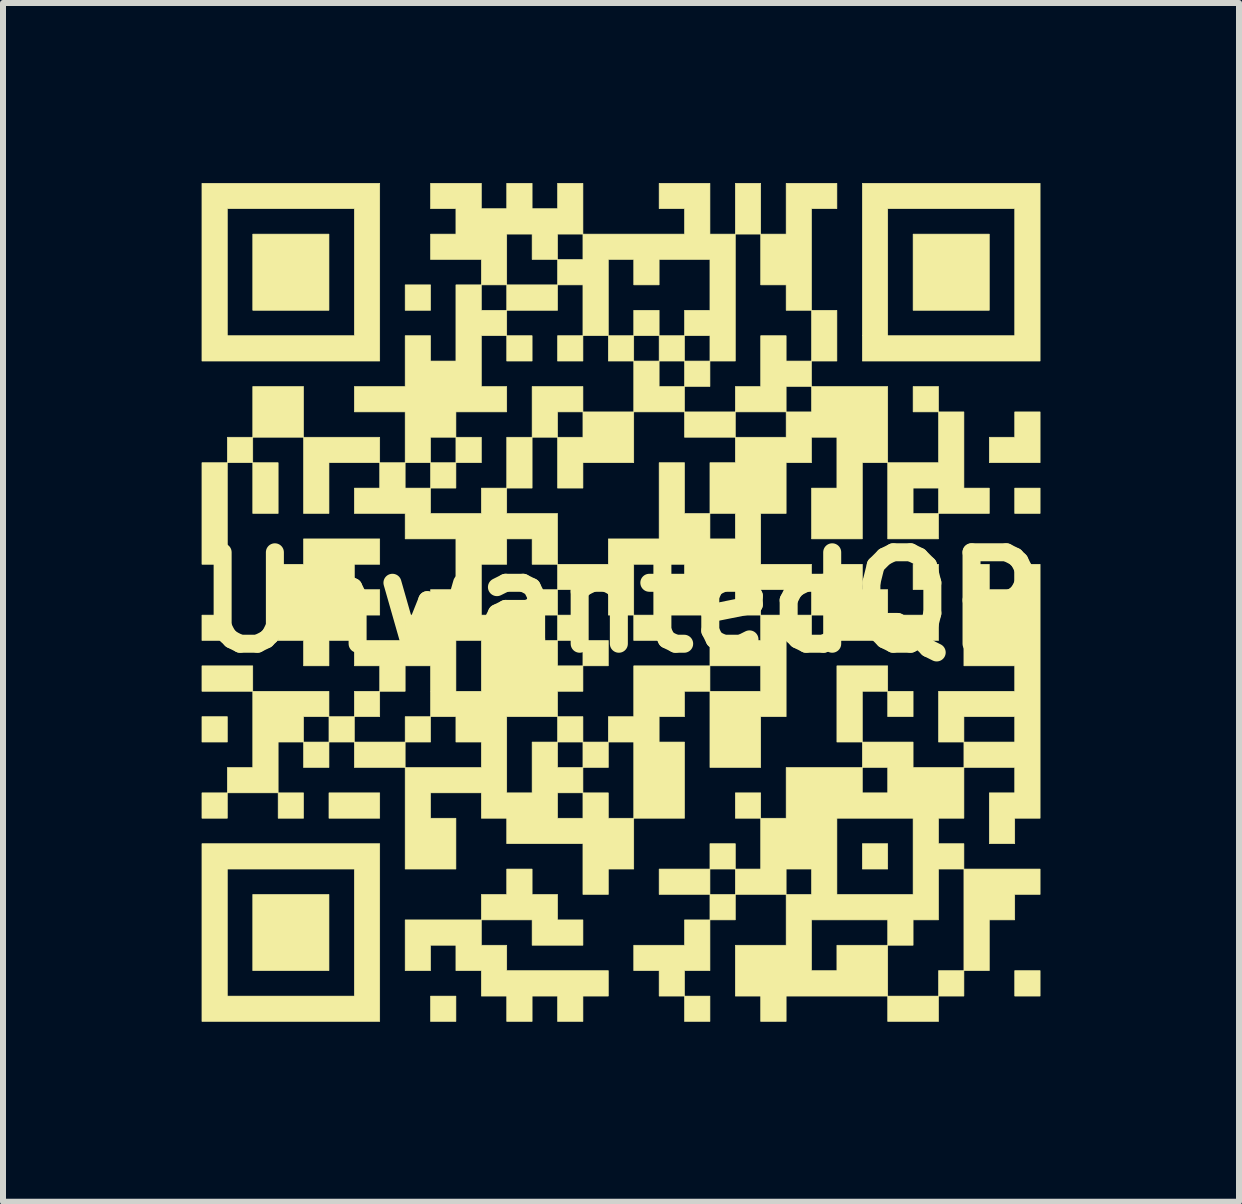
<source format=kicad_pcb>
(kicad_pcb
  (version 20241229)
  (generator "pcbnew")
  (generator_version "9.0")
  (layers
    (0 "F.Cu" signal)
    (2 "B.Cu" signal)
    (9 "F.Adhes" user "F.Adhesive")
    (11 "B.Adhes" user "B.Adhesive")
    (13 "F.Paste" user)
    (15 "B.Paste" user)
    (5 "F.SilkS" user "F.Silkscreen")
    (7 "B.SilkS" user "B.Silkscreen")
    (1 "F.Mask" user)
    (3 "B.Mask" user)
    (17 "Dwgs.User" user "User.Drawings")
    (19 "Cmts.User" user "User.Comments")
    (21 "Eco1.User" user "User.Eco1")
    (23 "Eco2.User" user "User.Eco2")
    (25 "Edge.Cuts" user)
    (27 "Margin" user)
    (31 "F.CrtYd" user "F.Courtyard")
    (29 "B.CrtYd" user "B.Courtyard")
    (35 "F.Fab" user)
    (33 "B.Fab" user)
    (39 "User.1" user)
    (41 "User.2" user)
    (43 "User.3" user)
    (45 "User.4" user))
  (footprint "UnwantedQR"
    (layer "F.Cu")
    (at 7.301 6.99)
    (property "Reference" "UnwantedQR" (at 0 0 0) (layer "F.SilkS") (effects (font (size 1.524 1.524) (thickness 0.3))))
    (attr through_hole)
    (fp_poly (pts (xy -6.562 -0.635) (xy -6.985 -0.635) (xy -6.985 -2.328) (xy -6.562 -2.328) (xy -6.562 -0.635)) (stroke (width 0.01) (type solid)) (fill yes) (layer "F.SilkS"))
    (fp_poly (pts (xy -6.562 0.635) (xy -6.985 0.635) (xy -6.985 0.212) (xy -6.562 0.212) (xy -6.562 0.635)) (stroke (width 0.01) (type solid)) (fill yes) (layer "F.SilkS"))
    (fp_poly (pts (xy -6.562 2.328) (xy -6.985 2.328) (xy -6.985 1.905) (xy -6.562 1.905) (xy -6.562 2.328)) (stroke (width 0.01) (type solid)) (fill yes) (layer "F.SilkS"))
    (fp_poly (pts (xy -6.562 3.598) (xy -6.985 3.598) (xy -6.985 3.175) (xy -6.562 3.175) (xy -6.562 3.598)) (stroke (width 0.01) (type solid)) (fill yes) (layer "F.SilkS"))
    (fp_poly (pts (xy -6.138 -2.328) (xy -6.562 -2.328) (xy -6.562 -2.752) (xy -6.138 -2.752) (xy -6.138 -2.328)) (stroke (width 0.01) (type solid)) (fill yes) (layer "F.SilkS"))
    (fp_poly (pts (xy -6.138 1.482) (xy -6.985 1.482) (xy -6.985 1.058) (xy -6.138 1.058) (xy -6.138 1.482)) (stroke (width 0.01) (type solid)) (fill yes) (layer "F.SilkS"))
    (fp_poly (pts (xy -5.715 -1.482) (xy -6.138 -1.482) (xy -6.138 -2.328) (xy -5.715 -2.328) (xy -5.715 -1.482)) (stroke (width 0.01) (type solid)) (fill yes) (layer "F.SilkS"))
    (fp_poly (pts (xy -5.292 -2.752) (xy -6.138 -2.752) (xy -6.138 -3.598) (xy -5.292 -3.598) (xy -5.292 -2.752)) (stroke (width 0.01) (type solid)) (fill yes) (layer "F.SilkS"))
    (fp_poly (pts (xy -5.292 3.598) (xy -5.715 3.598) (xy -5.715 3.175) (xy -5.292 3.175) (xy -5.292 3.598)) (stroke (width 0.01) (type solid)) (fill yes) (layer "F.SilkS"))
    (fp_poly (pts (xy -4.868 -4.868) (xy -6.138 -4.868) (xy -6.138 -6.138) (xy -4.868 -6.138) (xy -4.868 -4.868)) (stroke (width 0.01) (type solid)) (fill yes) (layer "F.SilkS"))
    (fp_poly (pts (xy -4.868 6.138) (xy -6.138 6.138) (xy -6.138 4.868) (xy -4.868 4.868) (xy -4.868 6.138)) (stroke (width 0.01) (type solid)) (fill yes) (layer "F.SilkS"))
    (fp_poly (pts (xy -4.022 1.905) (xy -4.445 1.905) (xy -4.445 1.482) (xy -4.022 1.482) (xy -4.022 1.905)) (stroke (width 0.01) (type solid)) (fill yes) (layer "F.SilkS"))
    (fp_poly (pts (xy -4.022 3.598) (xy -4.868 3.598) (xy -4.868 3.175) (xy -4.022 3.175) (xy -4.022 3.598)) (stroke (width 0.01) (type solid)) (fill yes) (layer "F.SilkS"))
    (fp_poly (pts (xy -3.598 2.752) (xy -4.445 2.752) (xy -4.445 2.328) (xy -3.598 2.328) (xy -3.598 2.752)) (stroke (width 0.01) (type solid)) (fill yes) (layer "F.SilkS"))
    (fp_poly (pts (xy -3.175 -4.868) (xy -3.598 -4.868) (xy -3.598 -5.292) (xy -3.175 -5.292) (xy -3.175 -4.868)) (stroke (width 0.01) (type solid)) (fill yes) (layer "F.SilkS"))
    (fp_poly (pts (xy -3.175 2.328) (xy -3.598 2.328) (xy -3.598 1.905) (xy -3.175 1.905) (xy -3.175 2.328)) (stroke (width 0.01) (type solid)) (fill yes) (layer "F.SilkS"))
    (fp_poly (pts (xy -2.752 -1.905) (xy -3.175 -1.905) (xy -3.175 -2.328) (xy -2.752 -2.328) (xy -2.752 -1.905)) (stroke (width 0.01) (type solid)) (fill yes) (layer "F.SilkS"))
    (fp_poly (pts (xy -2.752 6.985) (xy -3.175 6.985) (xy -3.175 6.562) (xy -2.752 6.562) (xy -2.752 6.985)) (stroke (width 0.01) (type solid)) (fill yes) (layer "F.SilkS"))
    (fp_poly (pts (xy -2.328 -2.328) (xy -2.752 -2.328) (xy -2.752 -2.752) (xy -2.328 -2.752) (xy -2.328 -2.328)) (stroke (width 0.01) (type solid)) (fill yes) (layer "F.SilkS"))
    (fp_poly (pts (xy -1.482 -4.022) (xy -1.905 -4.022) (xy -1.905 -4.445) (xy -1.482 -4.445) (xy -1.482 -4.022)) (stroke (width 0.01) (type solid)) (fill yes) (layer "F.SilkS"))
    (fp_poly (pts (xy -1.482 -1.905) (xy -1.905 -1.905) (xy -1.905 -2.752) (xy -1.482 -2.752) (xy -1.482 -1.905)) (stroke (width 0.01) (type solid)) (fill yes) (layer "F.SilkS"))
    (fp_poly (pts (xy -1.058 -4.868) (xy -1.905 -4.868) (xy -1.905 -5.292) (xy -1.058 -5.292) (xy -1.058 -4.868)) (stroke (width 0.01) (type solid)) (fill yes) (layer "F.SilkS"))
    (fp_poly (pts (xy -1.058 0.212) (xy -1.482 0.212) (xy -1.482 -0.212) (xy -1.058 -0.212) (xy -1.058 0.212)) (stroke (width 0.01) (type solid)) (fill yes) (layer "F.SilkS"))
    (fp_poly (pts (xy -0.635 -4.022) (xy -1.058 -4.022) (xy -1.058 -4.445) (xy -0.635 -4.445) (xy -0.635 -4.022)) (stroke (width 0.01) (type solid)) (fill yes) (layer "F.SilkS"))
    (fp_poly (pts (xy -0.635 0.635) (xy -1.058 0.635) (xy -1.058 0.212) (xy -0.635 0.212) (xy -0.635 0.635)) (stroke (width 0.01) (type solid)) (fill yes) (layer "F.SilkS"))
    (fp_poly (pts (xy -0.635 2.328) (xy -1.058 2.328) (xy -1.058 1.905) (xy -0.635 1.905) (xy -0.635 2.328)) (stroke (width 0.01) (type solid)) (fill yes) (layer "F.SilkS"))
    (fp_poly (pts (xy -0.212 1.058) (xy -0.635 1.058) (xy -0.635 0.635) (xy -0.212 0.635) (xy -0.212 1.058)) (stroke (width 0.01) (type solid)) (fill yes) (layer "F.SilkS"))
    (fp_poly (pts (xy -0.212 2.752) (xy -0.635 2.752) (xy -0.635 2.328) (xy -0.212 2.328) (xy -0.212 2.752)) (stroke (width 0.01) (type solid)) (fill yes) (layer "F.SilkS"))
    (fp_poly (pts (xy 0.635 0.635) (xy 0.212 0.635) (xy 0.212 0.212) (xy 0.635 0.212) (xy 0.635 0.635)) (stroke (width 0.01) (type solid)) (fill yes) (layer "F.SilkS"))
    (fp_poly (pts (xy 1.482 -3.598) (xy 1.058 -3.598) (xy 1.058 -4.022) (xy 1.482 -4.022) (xy 1.482 -3.598)) (stroke (width 0.01) (type solid)) (fill yes) (layer "F.SilkS"))
    (fp_poly (pts (xy 1.482 6.985) (xy 1.058 6.985) (xy 1.058 6.562) (xy 1.482 6.562) (xy 1.482 6.985)) (stroke (width 0.01) (type solid)) (fill yes) (layer "F.SilkS"))
    (fp_poly (pts (xy 1.905 -2.752) (xy 1.058 -2.752) (xy 1.058 -3.175) (xy 1.905 -3.175) (xy 1.905 -2.752)) (stroke (width 0.01) (type solid)) (fill yes) (layer "F.SilkS"))
    (fp_poly (pts (xy 2.328 3.598) (xy 1.905 3.598) (xy 1.905 3.175) (xy 2.328 3.175) (xy 2.328 3.598)) (stroke (width 0.01) (type solid)) (fill yes) (layer "F.SilkS"))
    (fp_poly (pts (xy 4.445 4.445) (xy 4.022 4.445) (xy 4.022 4.022) (xy 4.445 4.022) (xy 4.445 4.445)) (stroke (width 0.01) (type solid)) (fill yes) (layer "F.SilkS"))
    (fp_poly (pts (xy 4.868 1.905) (xy 4.445 1.905) (xy 4.445 1.482) (xy 4.868 1.482) (xy 4.868 1.905)) (stroke (width 0.01) (type solid)) (fill yes) (layer "F.SilkS"))
    (fp_poly (pts (xy 5.292 -3.175) (xy 4.868 -3.175) (xy 4.868 -3.598) (xy 5.292 -3.598) (xy 5.292 -3.175)) (stroke (width 0.01) (type solid)) (fill yes) (layer "F.SilkS"))
    (fp_poly (pts (xy 5.292 -0.212) (xy 4.868 -0.212) (xy 4.868 -0.635) (xy 5.292 -0.635) (xy 5.292 -0.212)) (stroke (width 0.01) (type solid)) (fill yes) (layer "F.SilkS"))
    (fp_poly (pts (xy 6.138 -4.868) (xy 4.868 -4.868) (xy 4.868 -6.138) (xy 6.138 -6.138) (xy 6.138 -4.868)) (stroke (width 0.01) (type solid)) (fill yes) (layer "F.SilkS"))
    (fp_poly (pts (xy 6.985 -1.482) (xy 6.562 -1.482) (xy 6.562 -1.905) (xy 6.985 -1.905) (xy 6.985 -1.482)) (stroke (width 0.01) (type solid)) (fill yes) (layer "F.SilkS"))
    (fp_poly (pts (xy 6.985 6.562) (xy 6.562 6.562) (xy 6.562 6.138) (xy 6.985 6.138) (xy 6.985 6.562)) (stroke (width 0.01) (type solid)) (fill yes) (layer "F.SilkS"))
    (fp_poly (pts (xy -4.022 -2.328) (xy -4.868 -2.328) (xy -4.868 -1.482) (xy -5.292 -1.482) (xy -5.292 -2.752) (xy -4.022 -2.752) (xy -4.022 -2.328)) (stroke (width 0.01) (type solid)) (fill yes) (layer "F.SilkS"))
    (fp_poly (pts (xy 4.445 1.482) (xy 4.022 1.482) (xy 4.022 2.328) (xy 3.598 2.328) (xy 3.598 1.058) (xy 4.445 1.058) (xy 4.445 1.482)) (stroke (width 0.01) (type solid)) (fill yes) (layer "F.SilkS"))
    (fp_poly (pts (xy 6.985 -2.328) (xy 6.138 -2.328) (xy 6.138 -2.752) (xy 6.562 -2.752) (xy 6.562 -3.175) (xy 6.985 -3.175) (xy 6.985 -2.328)) (stroke (width 0.01) (type solid)) (fill yes) (layer "F.SilkS"))
    (fp_poly (pts (xy 1.482 6.138) (xy 1.058 6.138) (xy 1.058 6.562) (xy 0.635 6.562) (xy 0.635 6.138) (xy 0.212 6.138) (xy 0.212 5.715) (xy 1.058 5.715) (xy 1.058 5.292) (xy 1.482 5.292) (xy 1.482 6.138)) (stroke (width 0.01) (type solid)) (fill yes) (layer "F.SilkS"))
    (fp_poly (pts (xy -4.022 -4.022) (xy -6.985 -4.022) (xy -6.985 -6.562) (xy -6.562 -6.562) (xy -6.562 -4.445) (xy -4.445 -4.445) (xy -4.445 -6.562) (xy -6.562 -6.562) (xy -6.985 -6.562) (xy -6.985 -6.985) (xy -4.022 -6.985) (xy -4.022 -4.022)) (stroke (width 0.01) (type solid)) (fill yes) (layer "F.SilkS"))
    (fp_poly (pts (xy -4.022 6.985) (xy -6.985 6.985) (xy -6.985 4.445) (xy -6.562 4.445) (xy -6.562 6.562) (xy -4.445 6.562) (xy -4.445 4.445) (xy -6.562 4.445) (xy -6.985 4.445) (xy -6.985 4.022) (xy -4.022 4.022) (xy -4.022 6.985)) (stroke (width 0.01) (type solid)) (fill yes) (layer "F.SilkS"))
    (fp_poly (pts (xy 6.985 -4.022) (xy 4.022 -4.022) (xy 4.022 -6.562) (xy 4.445 -6.562) (xy 4.445 -4.445) (xy 6.562 -4.445) (xy 6.562 -6.562) (xy 4.445 -6.562) (xy 4.022 -6.562) (xy 4.022 -6.985) (xy 6.985 -6.985) (xy 6.985 -4.022)) (stroke (width 0.01) (type solid)) (fill yes) (layer "F.SilkS"))
    (fp_poly (pts (xy -2.328 4.868) (xy -1.905 4.868) (xy -1.905 4.445) (xy -1.482 4.445) (xy -1.482 4.868) (xy -1.058 4.868) (xy -1.058 5.292) (xy -0.635 5.292) (xy -0.635 5.715) (xy -1.482 5.715) (xy -1.482 5.292) (xy -2.328 5.292) (xy -2.328 4.868)) (stroke (width 0.01) (type solid)) (fill yes) (layer "F.SilkS"))
    (fp_poly (pts (xy -4.022 -0.635) (xy -4.445 -0.635) (xy -4.445 -0.212) (xy -4.022 -0.212) (xy -4.022 0.212) (xy -4.445 0.212) (xy -4.445 0.635) (xy -4.868 0.635) (xy -4.868 1.058) (xy -5.292 1.058) (xy -5.292 0.635) (xy -5.715 0.635) (xy -5.715 -0.635) (xy -5.292 -0.635) (xy -5.292 -1.058) (xy -4.022 -1.058) (xy -4.022 -0.635)) (stroke (width 0.01) (type solid)) (fill yes) (layer "F.SilkS"))
    (fp_poly (pts (xy -1.482 -3.598) (xy -0.635 -3.598) (xy -0.635 -3.175) (xy 0.212 -3.175) (xy 0.212 -2.328) (xy -0.635 -2.328) (xy -0.635 -1.905) (xy -1.058 -1.905) (xy -1.058 -2.752) (xy -1.482 -2.752) (xy -1.482 -3.175) (xy -1.058 -3.175) (xy -1.058 -2.752) (xy -0.635 -2.752) (xy -0.635 -3.175) (xy -1.058 -3.175) (xy -1.482 -3.175) (xy -1.482 -3.598)) (stroke (width 0.01) (type solid)) (fill yes) (layer "F.SilkS"))
    (fp_poly (pts (xy 5.715 -1.905) (xy 6.138 -1.905) (xy 6.138 -1.482) (xy 5.292 -1.482) (xy 5.292 -1.058) (xy 4.445 -1.058) (xy 4.445 -1.905) (xy 4.868 -1.905) (xy 4.868 -1.482) (xy 5.292 -1.482) (xy 5.292 -1.905) (xy 4.868 -1.905) (xy 4.445 -1.905) (xy 4.445 -2.328) (xy 5.292 -2.328) (xy 5.292 -3.175) (xy 5.715 -3.175) (xy 5.715 -1.905)) (stroke (width 0.01) (type solid)) (fill yes) (layer "F.SilkS"))
    (fp_poly (pts (xy 1.058 -4.445) (xy 1.058 -4.022) (xy 0.635 -4.022) (xy 0.635 -3.598) (xy 1.058 -3.598) (xy 1.058 -3.175) (xy 0.212 -3.175) (xy 0.212 -4.022) (xy -0.212 -4.022) (xy -0.212 -4.445) (xy 0.212 -4.445) (xy 0.212 -4.022) (xy 0.635 -4.022) (xy 0.635 -4.445) (xy 0.212 -4.445) (xy 0.212 -4.868) (xy 0.635 -4.868) (xy 0.635 -4.445) (xy 1.058 -4.445)) (stroke (width 0.01) (type solid)) (fill yes) (layer "F.SilkS"))
    (fp_poly (pts (xy -4.445 1.905) (xy -4.445 2.328) (xy -4.868 2.328) (xy -4.868 2.752) (xy -5.292 2.752) (xy -5.292 2.328) (xy -5.715 2.328) (xy -5.715 3.175) (xy -6.562 3.175) (xy -6.562 2.752) (xy -6.138 2.752) (xy -6.138 1.905) (xy -5.292 1.905) (xy -5.292 2.328) (xy -4.868 2.328) (xy -4.868 1.905) (xy -5.292 1.905) (xy -6.138 1.905) (xy -6.138 1.482) (xy -4.868 1.482) (xy -4.868 1.905) (xy -4.445 1.905)) (stroke (width 0.01) (type solid)) (fill yes) (layer "F.SilkS"))
    (fp_poly (pts (xy -2.328 5.715) (xy -1.905 5.715) (xy -1.905 6.138) (xy -0.212 6.138) (xy -0.212 6.562) (xy -0.635 6.562) (xy -0.635 6.985) (xy -1.058 6.985) (xy -1.058 6.562) (xy -1.482 6.562) (xy -1.482 6.985) (xy -1.905 6.985) (xy -1.905 6.562) (xy -2.328 6.562) (xy -2.328 6.138) (xy -2.752 6.138) (xy -2.752 5.715) (xy -3.175 5.715) (xy -3.175 6.138) (xy -3.598 6.138) (xy -3.598 5.292) (xy -2.328 5.292) (xy -2.328 5.715)) (stroke (width 0.01) (type solid)) (fill yes) (layer "F.SilkS"))
    (fp_poly (pts (xy 6.138 -0.212) (xy 6.562 -0.212) (xy 6.562 -0.635) (xy 6.985 -0.635) (xy 6.985 3.598) (xy 6.562 3.598) (xy 6.562 4.022) (xy 6.138 4.022) (xy 6.138 3.175) (xy 6.562 3.175) (xy 6.562 2.752) (xy 5.715 2.752) (xy 5.715 2.328) (xy 5.292 2.328) (xy 5.292 1.905) (xy 5.715 1.905) (xy 5.715 2.328) (xy 6.562 2.328) (xy 6.562 1.905) (xy 5.715 1.905) (xy 5.292 1.905) (xy 5.292 1.482) (xy 6.562 1.482) (xy 6.562 1.058) (xy 5.715 1.058) (xy 5.715 -0.635) (xy 6.138 -0.635) (xy 6.138 -0.212)) (stroke (width 0.01) (type solid)) (fill yes) (layer "F.SilkS"))
    (fp_poly (pts (xy 6.985 4.445) (xy 6.985 4.868) (xy 6.562 4.868) (xy 6.562 5.292) (xy 6.138 5.292) (xy 6.138 6.138) (xy 5.715 6.138) (xy 5.715 6.562) (xy 5.292 6.562) (xy 5.292 6.985) (xy 4.445 6.985) (xy 4.445 6.562) (xy 2.752 6.562) (xy 2.752 6.985) (xy 2.328 6.985) (xy 2.328 6.562) (xy 1.905 6.562) (xy 1.905 5.715) (xy 2.752 5.715) (xy 2.752 5.292) (xy 3.175 5.292) (xy 3.175 6.138) (xy 3.598 6.138) (xy 3.598 5.715) (xy 4.445 5.715) (xy 4.445 6.562) (xy 5.292 6.562) (xy 5.292 6.138) (xy 5.715 6.138) (xy 5.715 4.445) (xy 5.292 4.445) (xy 5.292 5.292) (xy 4.868 5.292) (xy 4.868 5.715) (xy 4.445 5.715) (xy 4.445 5.292) (xy 3.175 5.292) (xy 2.752 5.292) (xy 2.752 4.868) (xy 1.905 4.868) (xy 1.905 5.292) (xy 1.482 5.292) (xy 1.482 4.868) (xy 0.635 4.868) (xy 0.635 4.445) (xy 1.482 4.445) (xy 1.482 4.868) (xy 1.905 4.868) (xy 1.905 4.445) (xy 1.482 4.445) (xy 1.482 4.022) (xy 1.905 4.022) (xy 1.905 4.445) (xy 2.328 4.445) (xy 2.752 4.445) (xy 2.752 4.868) (xy 3.175 4.868) (xy 3.175 4.445) (xy 2.752 4.445) (xy 2.328 4.445) (xy 2.328 3.598) (xy 2.752 3.598) (xy 3.598 3.598) (xy 3.598 4.868) (xy 4.868 4.868) (xy 4.868 3.598) (xy 3.598 3.598) (xy 2.752 3.598) (xy 2.752 2.752) (xy 4.022 2.752) (xy 4.022 3.175) (xy 4.445 3.175) (xy 4.445 2.752) (xy 4.022 2.752) (xy 4.022 2.328) (xy 4.868 2.328) (xy 4.868 2.752) (xy 5.715 2.752) (xy 5.715 3.598) (xy 5.292 3.598) (xy 5.292 4.022) (xy 5.715 4.022) (xy 5.715 4.445) (xy 6.985 4.445)) (stroke (width 0.01) (type solid)) (fill yes) (layer "F.SilkS"))
    (fp_poly (pts (xy 4.445 -3.598) (xy 4.445 -2.328) (xy 4.022 -2.328) (xy 4.022 -1.058) (xy 3.175 -1.058) (xy 3.175 -1.905) (xy 3.598 -1.905) (xy 3.598 -2.752) (xy 3.175 -2.752) (xy 3.175 -2.328) (xy 2.752 -2.328) (xy 2.752 -1.482) (xy 2.328 -1.482) (xy 2.328 -0.635) (xy 3.175 -0.635) (xy 3.175 -0.212) (xy 3.598 -0.212) (xy 3.598 -0.635) (xy 4.022 -0.635) (xy 4.022 -0.212) (xy 4.445 -0.212) (xy 4.445 0.212) (xy 5.292 0.212) (xy 5.292 0.635) (xy 3.598 0.635) (xy 3.598 0.212) (xy 3.175 0.212) (xy 3.175 0.635) (xy 2.752 0.635) (xy 2.752 1.905) (xy 2.328 1.905) (xy 2.328 2.752) (xy 1.482 2.752) (xy 1.482 1.482) (xy 1.058 1.482) (xy 1.058 1.905) (xy 0.635 1.905) (xy 0.635 2.328) (xy 1.058 2.328) (xy 1.058 3.598) (xy 0.212 3.598) (xy 0.212 4.445) (xy -0.212 4.445) (xy -0.212 4.868) (xy -0.635 4.868) (xy -0.635 4.022) (xy -1.905 4.022) (xy -1.905 3.598) (xy -2.328 3.598) (xy -2.328 3.175) (xy -3.175 3.175) (xy -3.175 3.598) (xy -2.752 3.598) (xy -2.752 4.445) (xy -3.598 4.445) (xy -3.598 2.752) (xy -2.328 2.752) (xy -2.328 2.328) (xy -2.752 2.328) (xy -2.752 1.905) (xy -3.175 1.905) (xy -3.175 1.058) (xy -3.598 1.058) (xy -3.598 1.482) (xy -4.022 1.482) (xy -4.022 1.058) (xy -4.445 1.058) (xy -4.445 0.635) (xy -3.598 0.635) (xy -2.752 0.635) (xy -2.752 1.482) (xy -2.328 1.482) (xy -2.328 0.635) (xy -2.752 0.635) (xy -3.598 0.635) (xy -3.598 0.212) (xy -3.175 0.212) (xy -3.175 -0.212) (xy -2.752 -0.212) (xy -2.752 -0.635) (xy -2.328 -0.635) (xy -2.328 0.212) (xy -1.482 0.212) (xy -1.482 0.635) (xy -1.058 0.635) (xy -1.058 1.058) (xy -0.635 1.058) (xy -0.635 1.482) (xy -1.058 1.482) (xy -1.058 1.905) (xy -1.905 1.905) (xy -1.905 3.175) (xy -1.482 3.175) (xy -1.058 3.175) (xy -1.058 3.598) (xy -0.635 3.598) (xy -0.635 3.175) (xy -1.058 3.175) (xy -1.482 3.175) (xy -1.482 2.328) (xy -1.058 2.328) (xy -1.058 2.752) (xy -0.635 2.752) (xy -0.635 3.175) (xy -0.212 3.175) (xy -0.212 3.598) (xy 0.212 3.598) (xy 0.212 2.328) (xy -0.212 2.328) (xy -0.212 1.905) (xy 0.212 1.905) (xy 0.212 1.058) (xy 1.482 1.058) (xy 1.482 1.482) (xy 2.328 1.482) (xy 2.328 1.058) (xy 1.482 1.058) (xy 1.482 0.635) (xy 2.328 0.635) (xy 2.328 0.212) (xy 1.905 0.212) (xy 1.905 -0.212) (xy 2.328 -0.212) (xy 2.328 0.212) (xy 3.175 0.212) (xy 3.175 -0.212) (xy 2.328 -0.212) (xy 1.905 -0.212) (xy 1.482 -0.212) (xy 1.482 0.212) (xy 0.635 0.212) (xy 0.635 -0.212) (xy 1.058 -0.212) (xy 1.058 -0.635) (xy 0.212 -0.635) (xy 0.212 0.212) (xy -0.212 0.212) (xy -0.212 -0.212) (xy -1.058 -0.212) (xy -1.058 -0.635) (xy -1.482 -0.635) (xy -1.482 -1.058) (xy -1.905 -1.058) (xy -1.905 -0.635) (xy -2.328 -0.635) (xy -2.752 -0.635) (xy -2.752 -1.058) (xy -3.598 -1.058) (xy -3.598 -1.482) (xy -4.445 -1.482) (xy -4.445 -1.905) (xy -4.022 -1.905) (xy -4.022 -2.328) (xy -3.598 -2.328) (xy -3.598 -1.905) (xy -3.175 -1.905) (xy -3.175 -1.482) (xy -2.328 -1.482) (xy -2.328 -1.905) (xy -1.905 -1.905) (xy -1.905 -1.482) (xy -1.058 -1.482) (xy -1.058 -0.635) (xy -0.212 -0.635) (xy -0.212 -1.058) (xy 0.635 -1.058) (xy 0.635 -2.328) (xy 1.058 -2.328) (xy 1.058 -1.482) (xy 1.482 -1.482) (xy 1.482 -1.058) (xy 1.905 -1.058) (xy 1.905 -1.482) (xy 1.482 -1.482) (xy 1.482 -2.328) (xy 1.905 -2.328) (xy 1.905 -2.752) (xy 2.752 -2.752) (xy 2.752 -3.175) (xy 1.905 -3.175) (xy 1.905 -3.598) (xy 2.328 -3.598) (xy 2.752 -3.598) (xy 2.752 -3.175) (xy 3.175 -3.175) (xy 3.175 -3.598) (xy 2.752 -3.598) (xy 2.328 -3.598) (xy 2.328 -4.445) (xy 2.752 -4.445) (xy 2.752 -4.022) (xy 3.175 -4.022) (xy 3.175 -4.868) (xy 2.752 -4.868) (xy 2.752 -5.292) (xy 2.328 -5.292) (xy 2.328 -6.138) (xy 1.905 -6.138) (xy 1.905 -4.022) (xy 1.482 -4.022) (xy 1.482 -4.445) (xy 1.058 -4.445) (xy 1.058 -4.868) (xy 1.482 -4.868) (xy 1.482 -5.715) (xy 0.635 -5.715) (xy 0.635 -5.292) (xy 0.212 -5.292) (xy 0.212 -5.715) (xy -0.212 -5.715) (xy -0.212 -4.445) (xy -0.635 -4.445) (xy -0.635 -5.292) (xy -1.058 -5.292) (xy -1.058 -5.715) (xy -1.482 -5.715) (xy -1.482 -6.138) (xy -1.058 -6.138) (xy -1.058 -5.715) (xy -0.635 -5.715) (xy -0.635 -6.138) (xy -1.058 -6.138) (xy -1.482 -6.138) (xy -1.905 -6.138) (xy -1.905 -5.292) (xy -2.328 -5.292) (xy -2.328 -4.868) (xy -1.905 -4.868) (xy -1.905 -4.445) (xy -2.328 -4.445) (xy -2.328 -3.598) (xy -1.905 -3.598) (xy -1.905 -3.175) (xy -2.752 -3.175) (xy -2.752 -2.752) (xy -3.175 -2.752) (xy -3.175 -2.328) (xy -3.598 -2.328) (xy -3.598 -3.175) (xy -4.445 -3.175) (xy -4.445 -3.598) (xy -3.598 -3.598) (xy -3.598 -4.445) (xy -3.175 -4.445) (xy -3.175 -4.022) (xy -2.752 -4.022) (xy -2.752 -5.292) (xy -2.328 -5.292) (xy -2.328 -5.715) (xy -3.175 -5.715) (xy -3.175 -6.138) (xy -2.752 -6.138) (xy -2.752 -6.562) (xy -3.175 -6.562) (xy -3.175 -6.985) (xy -2.328 -6.985) (xy -2.328 -6.562) (xy -1.905 -6.562) (xy -1.905 -6.985) (xy -1.482 -6.985) (xy -1.482 -6.562) (xy -1.058 -6.562) (xy -1.058 -6.985) (xy -0.635 -6.985) (xy -0.635 -6.138) (xy 1.058 -6.138) (xy 1.058 -6.562) (xy 0.635 -6.562) (xy 0.635 -6.985) (xy 1.482 -6.985) (xy 1.482 -6.138) (xy 1.905 -6.138) (xy 1.905 -6.985) (xy 2.328 -6.985) (xy 2.328 -6.138) (xy 2.752 -6.138) (xy 2.752 -6.985) (xy 3.598 -6.985) (xy 3.598 -6.562) (xy 3.175 -6.562) (xy 3.175 -4.868) (xy 3.598 -4.868) (xy 3.598 -4.022) (xy 3.175 -4.022) (xy 3.175 -3.598) (xy 4.445 -3.598)) (stroke (width 0.01) (type solid)) (fill yes) (layer "F.SilkS")))
  (gr_rect
    (start -3 -3)
    (end 17.601 16.98)
    (stroke (width 0.1) (type default))
    (fill no)
    (layer "Edge.Cuts")))
</source>
